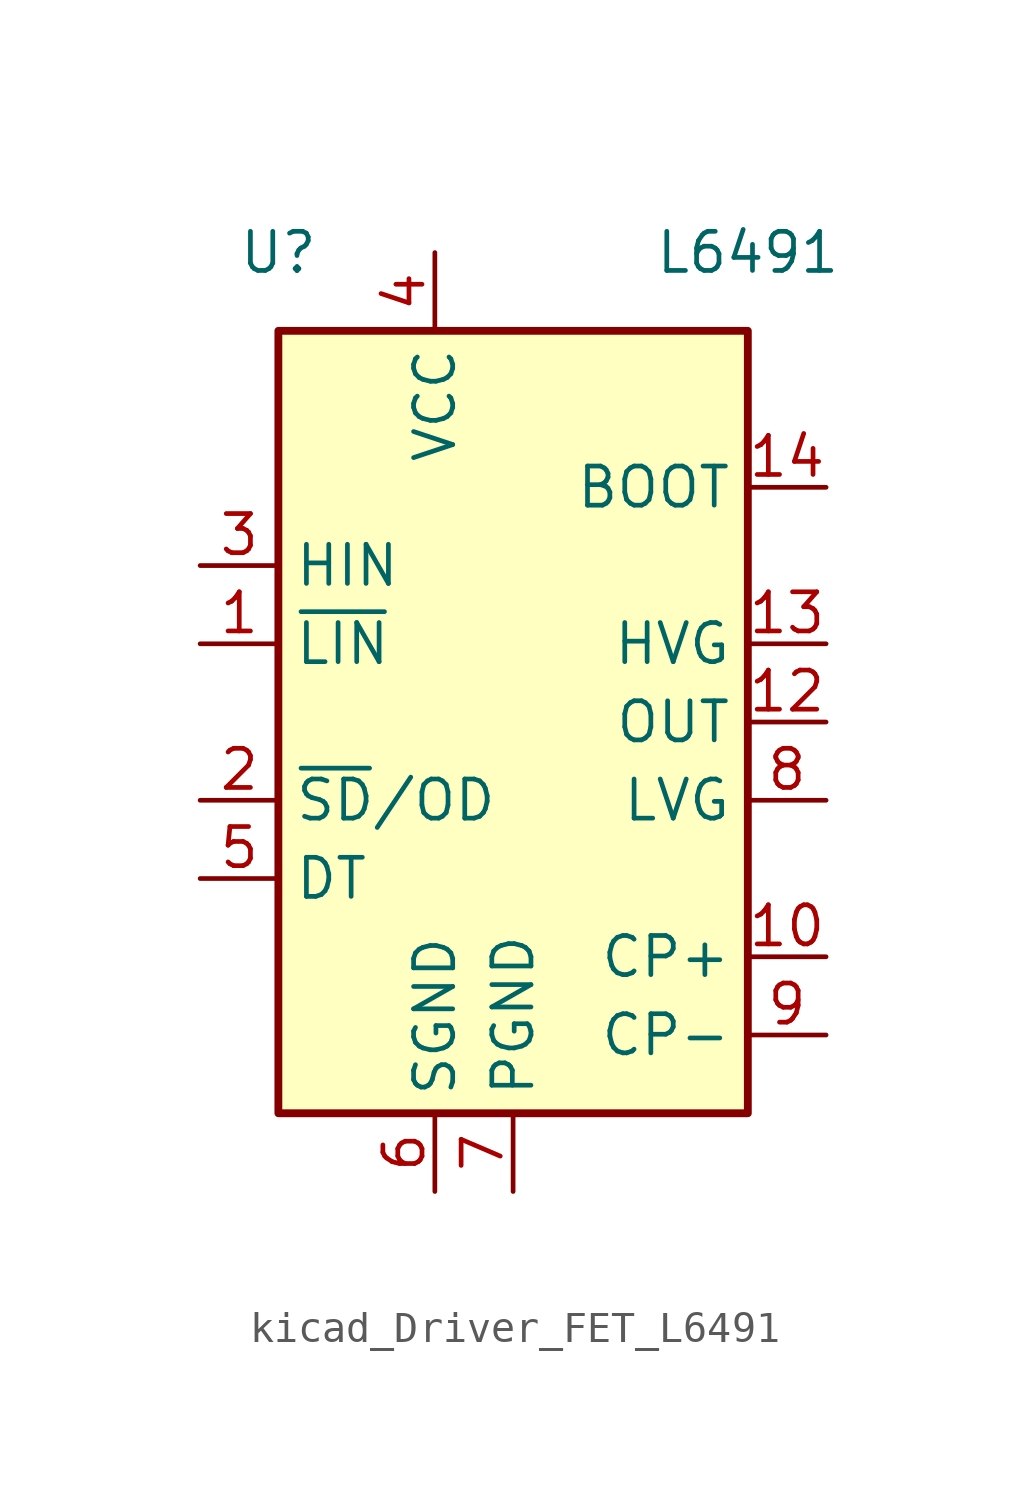
<source format=kicad_sym>
(kicad_symbol_lib
  (version 20220914)
  (generator kicad_symbol_editor)
  (symbol "kicad_Driver_FET_L6491"
    (property "Reference" "U"
      (at -7.62 15.24 0)
      (effects (font (size 1.27 1.27))))
    (property "Value" "L6491"
      (at 7.62 15.24 0)
      (effects (font (size 1.27 1.27))))
    (symbol "kicad_Driver_FET_L6491_0_1"
      (rectangle (start -7.62 -12.7) (end 7.62 12.7) (stroke (width 0.254) (type default)) (fill (type background))))
    (symbol "kicad_Driver_FET_L6491_1_1"
      (pin input line (at -10.16 2.54 0) (length 2.54) (name "~{LIN}" (effects (font (size 1.27 1.27)))) (number "1" (effects (font (size 1.27 1.27)))))
      (pin input line (at 10.16 -7.62 180) (length 2.54) (name "CP+" (effects (font (size 1.27 1.27)))) (number "10" (effects (font (size 1.27 1.27)))))
      (pin no_connect line (at 7.62 -5.08 180) (length 2.54) hide (name "NC" (effects (font (size 1.27 1.27)))) (number "11" (effects (font (size 1.27 1.27)))))
      (pin input line (at 10.16 0 180) (length 2.54) (name "OUT" (effects (font (size 1.27 1.27)))) (number "12" (effects (font (size 1.27 1.27)))))
      (pin output line (at 10.16 2.54 180) (length 2.54) (name "HVG" (effects (font (size 1.27 1.27)))) (number "13" (effects (font (size 1.27 1.27)))))
      (pin passive line (at 10.16 7.62 180) (length 2.54) (name "BOOT" (effects (font (size 1.27 1.27)))) (number "14" (effects (font (size 1.27 1.27)))))
      (pin input line (at -10.16 -2.54 0) (length 2.54) (name "~{SD}/OD" (effects (font (size 1.27 1.27)))) (number "2" (effects (font (size 1.27 1.27)))))
      (pin input line (at -10.16 5.08 0) (length 2.54) (name "HIN" (effects (font (size 1.27 1.27)))) (number "3" (effects (font (size 1.27 1.27)))))
      (pin power_in line (at -2.54 15.24 270) (length 2.54) (name "VCC" (effects (font (size 1.27 1.27)))) (number "4" (effects (font (size 1.27 1.27)))))
      (pin input line (at -10.16 -5.08 0) (length 2.54) (name "DT" (effects (font (size 1.27 1.27)))) (number "5" (effects (font (size 1.27 1.27)))))
      (pin power_in line (at -2.54 -15.24 90) (length 2.54) (name "SGND" (effects (font (size 1.27 1.27)))) (number "6" (effects (font (size 1.27 1.27)))))
      (pin power_in line (at 0 -15.24 90) (length 2.54) (name "PGND" (effects (font (size 1.27 1.27)))) (number "7" (effects (font (size 1.27 1.27)))))
      (pin output line (at 10.16 -2.54 180) (length 2.54) (name "LVG" (effects (font (size 1.27 1.27)))) (number "8" (effects (font (size 1.27 1.27)))))
      (pin input line (at 10.16 -10.16 180) (length 2.54) (name "CP-" (effects (font (size 1.27 1.27)))) (number "9" (effects (font (size 1.27 1.27))))))))
</source>
